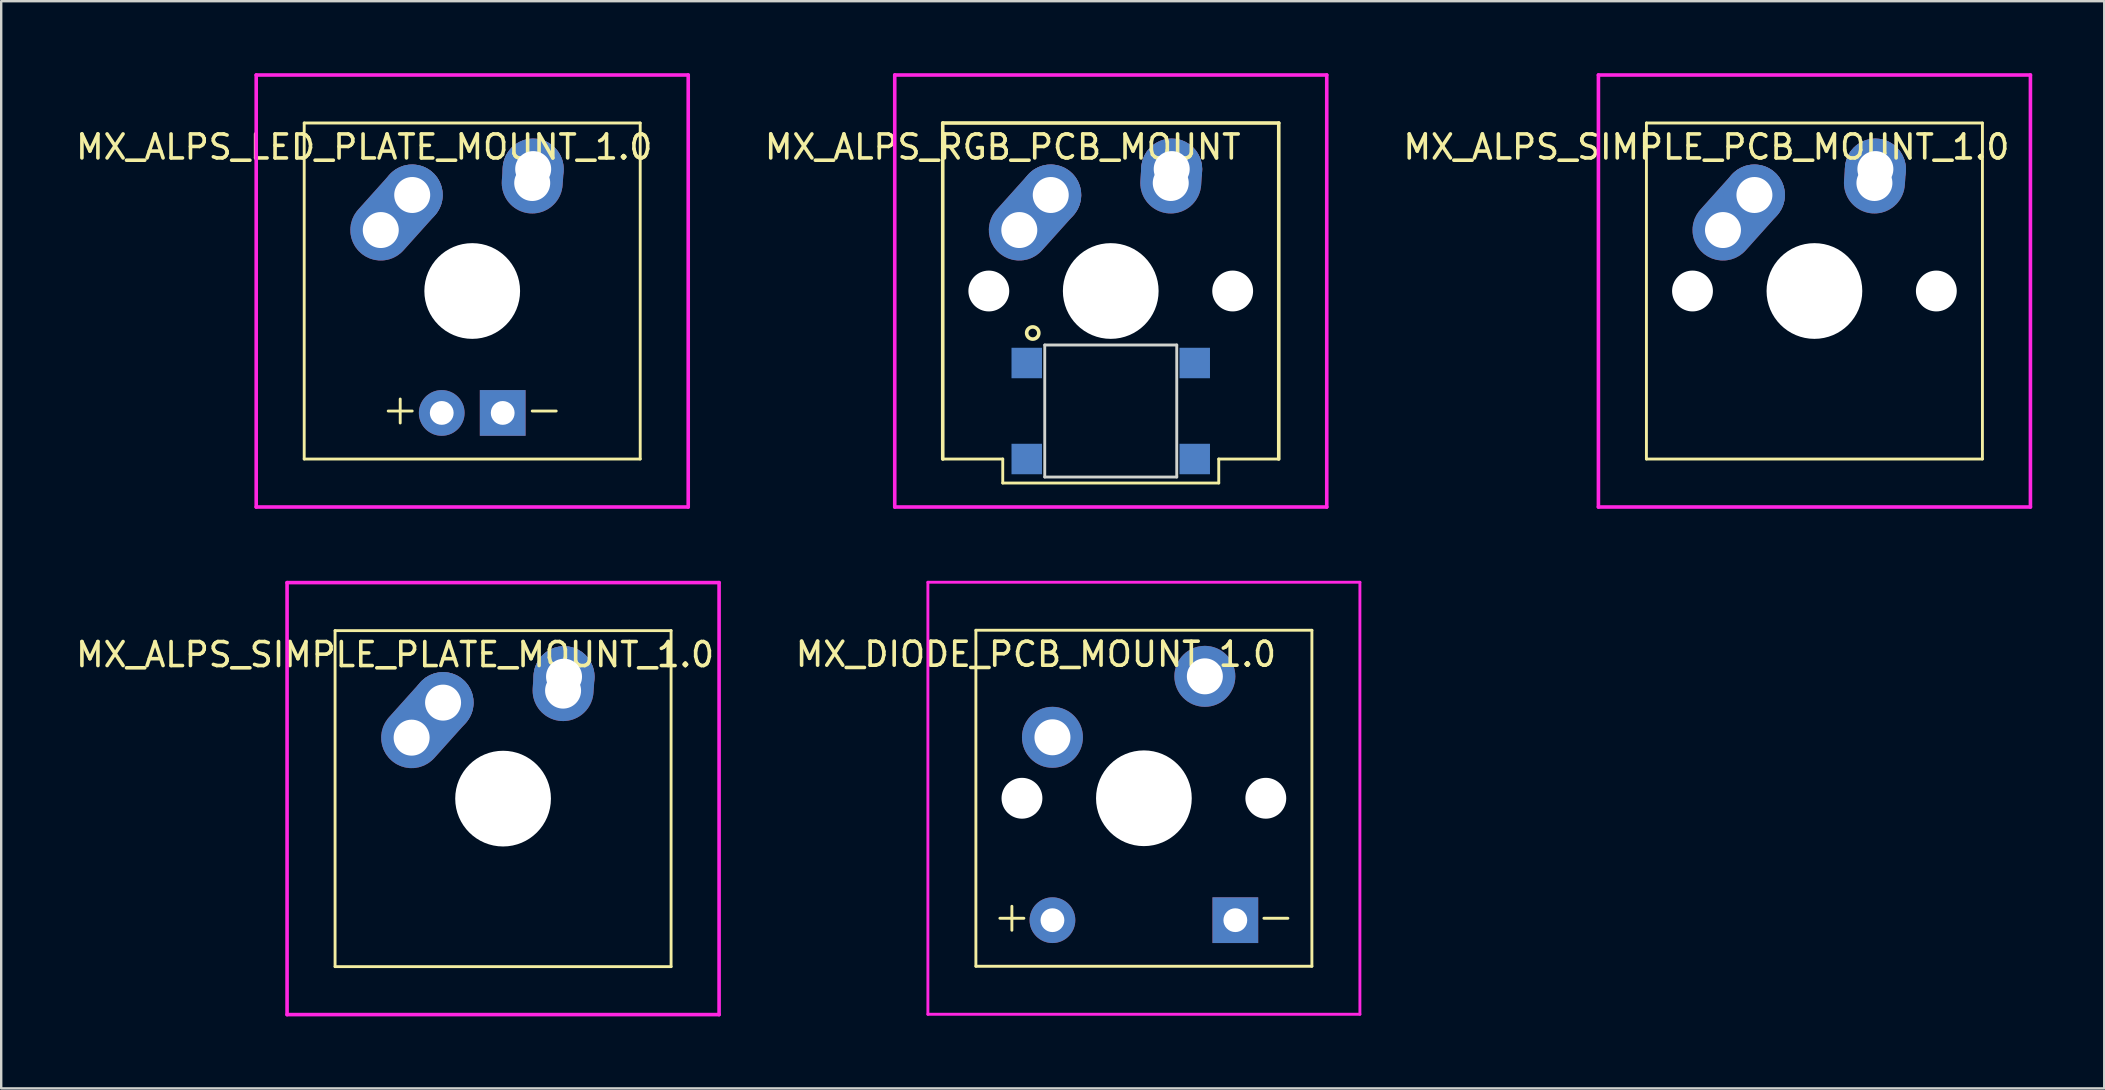
<source format=kicad_pcb>
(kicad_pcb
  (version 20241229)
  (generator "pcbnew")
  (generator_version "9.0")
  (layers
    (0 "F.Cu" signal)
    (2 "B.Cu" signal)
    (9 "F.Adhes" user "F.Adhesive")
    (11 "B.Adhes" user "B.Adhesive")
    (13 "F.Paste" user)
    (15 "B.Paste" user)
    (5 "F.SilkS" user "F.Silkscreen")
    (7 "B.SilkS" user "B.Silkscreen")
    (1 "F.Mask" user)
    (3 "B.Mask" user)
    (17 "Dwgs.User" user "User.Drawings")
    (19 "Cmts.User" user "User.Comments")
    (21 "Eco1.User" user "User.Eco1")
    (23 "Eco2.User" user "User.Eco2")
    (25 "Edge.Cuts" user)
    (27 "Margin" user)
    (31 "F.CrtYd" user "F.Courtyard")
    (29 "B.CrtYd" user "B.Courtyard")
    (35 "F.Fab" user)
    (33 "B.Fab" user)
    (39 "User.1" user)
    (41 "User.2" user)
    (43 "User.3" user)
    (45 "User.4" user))
  (footprint "MX_ALPS_LED_PLATE_MOUNT_1.0"
    (layer "F.Cu")
    (at 16.625 9.075)
    (property "Reference" "MX_ALPS_LED_PLATE_MOUNT_1.0" (at -4.5 -6 0) (layer "F.SilkS") (effects (font (size 1 1) (thickness 0.15))))
    (attr through_hole)
    (fp_line (start -7 -7) (end 7 -7) (stroke (width 0.12) (type solid)) (layer "F.SilkS"))
    (fp_line (start -7 7) (end -7 -7) (stroke (width 0.12) (type solid)) (layer "F.SilkS"))
    (fp_line (start -3.5 5) (end -2.5 5) (stroke (width 0.12) (type solid)) (layer "F.SilkS"))
    (fp_line (start -3 4.5) (end -3 5.5) (stroke (width 0.12) (type solid)) (layer "F.SilkS"))
    (fp_line (start 2.5 5) (end 3.5 5) (stroke (width 0.12) (type solid)) (layer "F.SilkS"))
    (fp_line (start 7 -7) (end 7 7) (stroke (width 0.12) (type solid)) (layer "F.SilkS"))
    (fp_line (start 7 7) (end -7 7) (stroke (width 0.12) (type solid)) (layer "F.SilkS"))
    (fp_line (start -9 -9) (end -9 9) (stroke (width 0.15) (type solid)) (layer "F.CrtYd"))
    (fp_line (start -9 9) (end 9 9) (stroke (width 0.15) (type solid)) (layer "F.CrtYd"))
    (fp_line (start 9 -9) (end -9 -9) (stroke (width 0.15) (type solid)) (layer "F.CrtYd"))
    (fp_line (start 9 9) (end 9 -9) (stroke (width 0.15) (type solid)) (layer "F.CrtYd"))
    (pad "" np_thru_hole circle (at 0 0) (size 3.988 3.988) (drill 3.988) (layers "*.Cu" "*.Mask"))
    (pad "A" thru_hole circle (at -1.27 5.08) (size 1.905 1.905) (drill 0.991) (layers "*.Cu" "*.Mask"))
    (pad "K" thru_hole rect (at 1.27 5.08) (size 1.905 1.905) (drill 0.991) (layers "*.Cu" "*.Mask"))
    (pad "S1" thru_hole custom (at -3.81 -2.54) (size 2.54 2.54) (drill 1.499) (layers "*.Cu" "*.Mask") (options (anchor circle)) (primitives (gr_line (start 0 0) (end 1.31 -1.46) (width 2.54))))
    (pad "S1" thru_hole circle (at -2.5 -4) (size 2.54 2.54) (drill 1.499) (layers "*.Cu" "*.Mask"))
    (pad "S2" thru_hole custom (at 2.5 -4.5) (size 2.54 2.54) (drill 1.499) (layers "*.Cu" "*.Mask") (options (anchor circle)) (primitives (gr_line (start 0 0) (end 0.04 -0.58) (width 2.54))))
    (pad "S2" thru_hole circle (at 2.54 -5.08) (size 2.54 2.54) (drill 1.499) (layers "*.Cu" "*.Mask")))
  (footprint "MX_ALPS_SIMPLE_PLATE_MOUNT_1.0"
    (layer "F.Cu")
    (at 17.911 30.225)
    (property "Reference" "MX_ALPS_SIMPLE_PLATE_MOUNT_1.0" (at -4.5 -6 0) (layer "F.SilkS") (effects (font (size 1 1) (thickness 0.15))))
    (attr through_hole)
    (fp_line (start -7 -7) (end 7 -7) (stroke (width 0.12) (type solid)) (layer "F.SilkS"))
    (fp_line (start -7 7) (end -7 -7) (stroke (width 0.12) (type solid)) (layer "F.SilkS"))
    (fp_line (start 7 -7) (end 7 7) (stroke (width 0.12) (type solid)) (layer "F.SilkS"))
    (fp_line (start 7 7) (end -7 7) (stroke (width 0.12) (type solid)) (layer "F.SilkS"))
    (fp_line (start -9 -9) (end -9 9) (stroke (width 0.15) (type solid)) (layer "F.CrtYd"))
    (fp_line (start -9 9) (end 9 9) (stroke (width 0.15) (type solid)) (layer "F.CrtYd"))
    (fp_line (start 9 -9) (end -9 -9) (stroke (width 0.15) (type solid)) (layer "F.CrtYd"))
    (fp_line (start 9 9) (end 9 -9) (stroke (width 0.15) (type solid)) (layer "F.CrtYd"))
    (pad "" np_thru_hole circle (at 0 0) (size 3.988 3.988) (drill 3.988) (layers "*.Cu" "*.Mask"))
    (pad "S1" thru_hole custom (at -3.81 -2.54) (size 2.54 2.54) (drill 1.499) (layers "*.Cu" "*.Mask") (options (anchor circle)) (primitives (gr_line (start 0 0) (end 1.31 -1.46) (width 2.54))))
    (pad "S1" thru_hole circle (at -2.5 -4) (size 2.54 2.54) (drill 1.499) (layers "*.Cu" "*.Mask"))
    (pad "S2" thru_hole custom (at 2.5 -4.5) (size 2.54 2.54) (drill 1.499) (layers "*.Cu" "*.Mask") (options (anchor circle)) (primitives (gr_line (start 0 0) (end 0.04 -0.58) (width 2.54))))
    (pad "S2" thru_hole circle (at 2.54 -5.08) (size 2.54 2.54) (drill 1.499) (layers "*.Cu" "*.Mask")))
  (footprint "MX_ALPS_RGB_PCB_MOUNT"
    (layer "F.Cu")
    (at 43.23 9.075)
    (property "Reference" "MX_ALPS_RGB_PCB_MOUNT" (at -4.5 -6 0) (layer "F.SilkS") (effects (font (size 1 1) (thickness 0.15))))
    (attr through_hole)
    (fp_line (start -7 -7) (end -7 7) (stroke (width 0.15) (type solid)) (layer "F.SilkS"))
    (fp_line (start -7 7) (end -4.5 7) (stroke (width 0.12) (type solid)) (layer "F.SilkS"))
    (fp_line (start -4.5 7) (end -4.5 8) (stroke (width 0.12) (type solid)) (layer "F.SilkS"))
    (fp_line (start -4.5 8) (end 4.5 8) (stroke (width 0.12) (type solid)) (layer "F.SilkS"))
    (fp_line (start 4.5 7) (end 7 7) (stroke (width 0.12) (type solid)) (layer "F.SilkS"))
    (fp_line (start 4.5 8) (end 4.5 7) (stroke (width 0.12) (type solid)) (layer "F.SilkS"))
    (fp_line (start 7 -7) (end -7 -7) (stroke (width 0.15) (type solid)) (layer "F.SilkS"))
    (fp_line (start 7 7) (end 7 -7) (stroke (width 0.15) (type solid)) (layer "F.SilkS"))
    (fp_circle (center -3.25 1.75) (end -2.996 1.75) (stroke (width 0.15) (type solid)) (fill no) (layer "F.SilkS"))
    (fp_line (start -2.75 2.25) (end 2.75 2.25) (stroke (width 0.12) (type solid)) (layer "Edge.Cuts"))
    (fp_line (start -2.75 7.75) (end -2.75 2.25) (stroke (width 0.12) (type solid)) (layer "Edge.Cuts"))
    (fp_line (start 2.75 2.25) (end 2.75 7.75) (stroke (width 0.12) (type solid)) (layer "Edge.Cuts"))
    (fp_line (start 2.75 7.75) (end -2.75 7.75) (stroke (width 0.12) (type solid)) (layer "Edge.Cuts"))
    (fp_line (start -9 -9) (end -9 9) (stroke (width 0.15) (type solid)) (layer "F.CrtYd"))
    (fp_line (start -9 9) (end 9 9) (stroke (width 0.15) (type solid)) (layer "F.CrtYd"))
    (fp_line (start 9 -9) (end -9 -9) (stroke (width 0.15) (type solid)) (layer "F.CrtYd"))
    (fp_line (start 9 9) (end 9 -9) (stroke (width 0.15) (type solid)) (layer "F.CrtYd"))
    (pad "" np_thru_hole circle (at -5.08 0) (size 1.702 1.702) (drill 1.702) (layers "*.Cu" "*.Mask"))
    (pad "" np_thru_hole circle (at 0 0) (size 3.988 3.988) (drill 3.988) (layers "*.Cu" "*.Mask"))
    (pad "" np_thru_hole circle (at 5.08 0) (size 1.702 1.702) (drill 1.702) (layers "*.Cu" "*.Mask"))
    (pad "D_IN" smd rect (at 3.5 3) (size 1.27 1.27) (layers "B.Cu" "B.Mask" "B.Paste"))
    (pad "D_OUT" smd rect (at -3.5 7) (size 1.27 1.27) (layers "B.Cu" "B.Mask" "B.Paste"))
    (pad "GND" smd rect (at -3.5 3) (size 1.27 1.27) (layers "B.Cu" "B.Mask" "B.Paste"))
    (pad "S1" thru_hole custom (at -3.81 -2.54) (size 2.54 2.54) (drill 1.499) (layers "*.Cu" "*.Mask") (options (anchor circle)) (primitives (gr_line (start 0 0) (end 1.31 -1.46) (width 2.54))))
    (pad "S1" thru_hole circle (at -2.5 -4) (size 2.54 2.54) (drill 1.499) (layers "*.Cu" "*.Mask"))
    (pad "S2" thru_hole custom (at 2.5 -4.5) (size 2.54 2.54) (drill 1.499) (layers "*.Cu" "*.Mask") (options (anchor circle)) (primitives (gr_line (start 0 0) (end 0.04 -0.58) (width 2.54))))
    (pad "S2" thru_hole circle (at 2.54 -5.08) (size 2.54 2.54) (drill 1.499) (layers "*.Cu" "*.Mask"))
    (pad "VCC" smd rect (at 3.5 7) (size 1.27 1.27) (layers "B.Cu" "B.Mask" "B.Paste")))
  (footprint "MX_DIODE_PCB_MOUNT_1.0"
    (layer "F.Cu")
    (at 44.611 30.21)
    (property "Reference" "MX_DIODE_PCB_MOUNT_1.0" (at -4.5 -6 0) (layer "F.SilkS") (effects (font (size 1 1) (thickness 0.15))))
    (attr through_hole)
    (fp_line (start -7 -7) (end 7 -7) (stroke (width 0.12) (type solid)) (layer "F.SilkS"))
    (fp_line (start -7 7) (end -7 -7) (stroke (width 0.12) (type solid)) (layer "F.SilkS"))
    (fp_line (start -6 5) (end -5 5) (stroke (width 0.12) (type solid)) (layer "F.SilkS"))
    (fp_line (start -5.5 4.5) (end -5.5 5.5) (stroke (width 0.12) (type solid)) (layer "F.SilkS"))
    (fp_line (start 5 5) (end 6 5) (stroke (width 0.12) (type solid)) (layer "F.SilkS"))
    (fp_line (start 7 -7) (end 7 7) (stroke (width 0.12) (type solid)) (layer "F.SilkS"))
    (fp_line (start 7 7) (end -7 7) (stroke (width 0.12) (type solid)) (layer "F.SilkS"))
    (fp_line (start -9 -9) (end -9 9) (stroke (width 0.12) (type solid)) (layer "F.CrtYd"))
    (fp_line (start -9 9) (end 9 9) (stroke (width 0.12) (type solid)) (layer "F.CrtYd"))
    (fp_line (start 9 -9) (end -9 -9) (stroke (width 0.12) (type solid)) (layer "F.CrtYd"))
    (fp_line (start 9 9) (end 9 -9) (stroke (width 0.12) (type solid)) (layer "F.CrtYd"))
    (pad "" np_thru_hole circle (at -5.08 0) (size 1.702 1.702) (drill 1.702) (layers "*.Cu" "*.Mask"))
    (pad "" np_thru_hole circle (at 0 0) (size 3.988 3.988) (drill 3.988) (layers "*.Cu" "*.Mask"))
    (pad "" np_thru_hole circle (at 5.08 0) (size 1.702 1.702) (drill 1.702) (layers "*.Cu" "*.Mask"))
    (pad "A" thru_hole circle (at -3.81 5.08) (size 1.905 1.905) (drill 0.991) (layers "*.Cu" "*.Mask"))
    (pad "K" thru_hole rect (at 3.81 5.08) (size 1.905 1.905) (drill 0.991) (layers "*.Cu" "*.Mask"))
    (pad "S1" thru_hole circle (at -3.81 -2.54) (size 2.54 2.54) (drill 1.499) (layers "*.Cu" "*.Mask"))
    (pad "S2" thru_hole circle (at 2.54 -5.08) (size 2.54 2.54) (drill 1.499) (layers "*.Cu" "*.Mask")))
  (footprint "MX_ALPS_SIMPLE_PCB_MOUNT_1.0"
    (layer "F.Cu")
    (at 72.549 9.075)
    (property "Reference" "MX_ALPS_SIMPLE_PCB_MOUNT_1.0" (at -4.5 -6 0) (layer "F.SilkS") (effects (font (size 1 1) (thickness 0.15))))
    (attr through_hole)
    (fp_line (start -7 -7) (end 7 -7) (stroke (width 0.12) (type solid)) (layer "F.SilkS"))
    (fp_line (start -7 7) (end -7 -7) (stroke (width 0.12) (type solid)) (layer "F.SilkS"))
    (fp_line (start 7 -7) (end 7 7) (stroke (width 0.12) (type solid)) (layer "F.SilkS"))
    (fp_line (start 7 7) (end -7 7) (stroke (width 0.12) (type solid)) (layer "F.SilkS"))
    (fp_line (start -9 -9) (end -9 9) (stroke (width 0.15) (type solid)) (layer "F.CrtYd"))
    (fp_line (start -9 9) (end 9 9) (stroke (width 0.15) (type solid)) (layer "F.CrtYd"))
    (fp_line (start 9 -9) (end -9 -9) (stroke (width 0.15) (type solid)) (layer "F.CrtYd"))
    (fp_line (start 9 9) (end 9 -9) (stroke (width 0.15) (type solid)) (layer "F.CrtYd"))
    (pad "" np_thru_hole circle (at -5.08 0) (size 1.702 1.702) (drill 1.702) (layers "*.Cu" "*.Mask"))
    (pad "" np_thru_hole circle (at 0 0) (size 3.988 3.988) (drill 3.988) (layers "*.Cu" "*.Mask"))
    (pad "" np_thru_hole circle (at 5.08 0) (size 1.702 1.702) (drill 1.702) (layers "*.Cu" "*.Mask"))
    (pad "S1" thru_hole custom (at -3.81 -2.54) (size 2.54 2.54) (drill 1.499) (layers "*.Cu" "*.Mask") (options (anchor circle)) (primitives (gr_line (start 0 0) (end 1.31 -1.46) (width 2.54))))
    (pad "S1" thru_hole circle (at -2.5 -4) (size 2.54 2.54) (drill 1.499) (layers "*.Cu" "*.Mask"))
    (pad "S2" thru_hole custom (at 2.5 -4.5) (size 2.54 2.54) (drill 1.499) (layers "*.Cu" "*.Mask") (options (anchor circle)) (primitives (gr_line (start 0 0) (end 0.04 -0.58) (width 2.54))))
    (pad "S2" thru_hole circle (at 2.54 -5.08) (size 2.54 2.54) (drill 1.499) (layers "*.Cu" "*.Mask")))
  (gr_rect
    (start -3 -3)
    (end 84.624 42.3)
    (stroke (width 0.1) (type default))
    (fill no)
    (layer "Edge.Cuts")))
</source>
